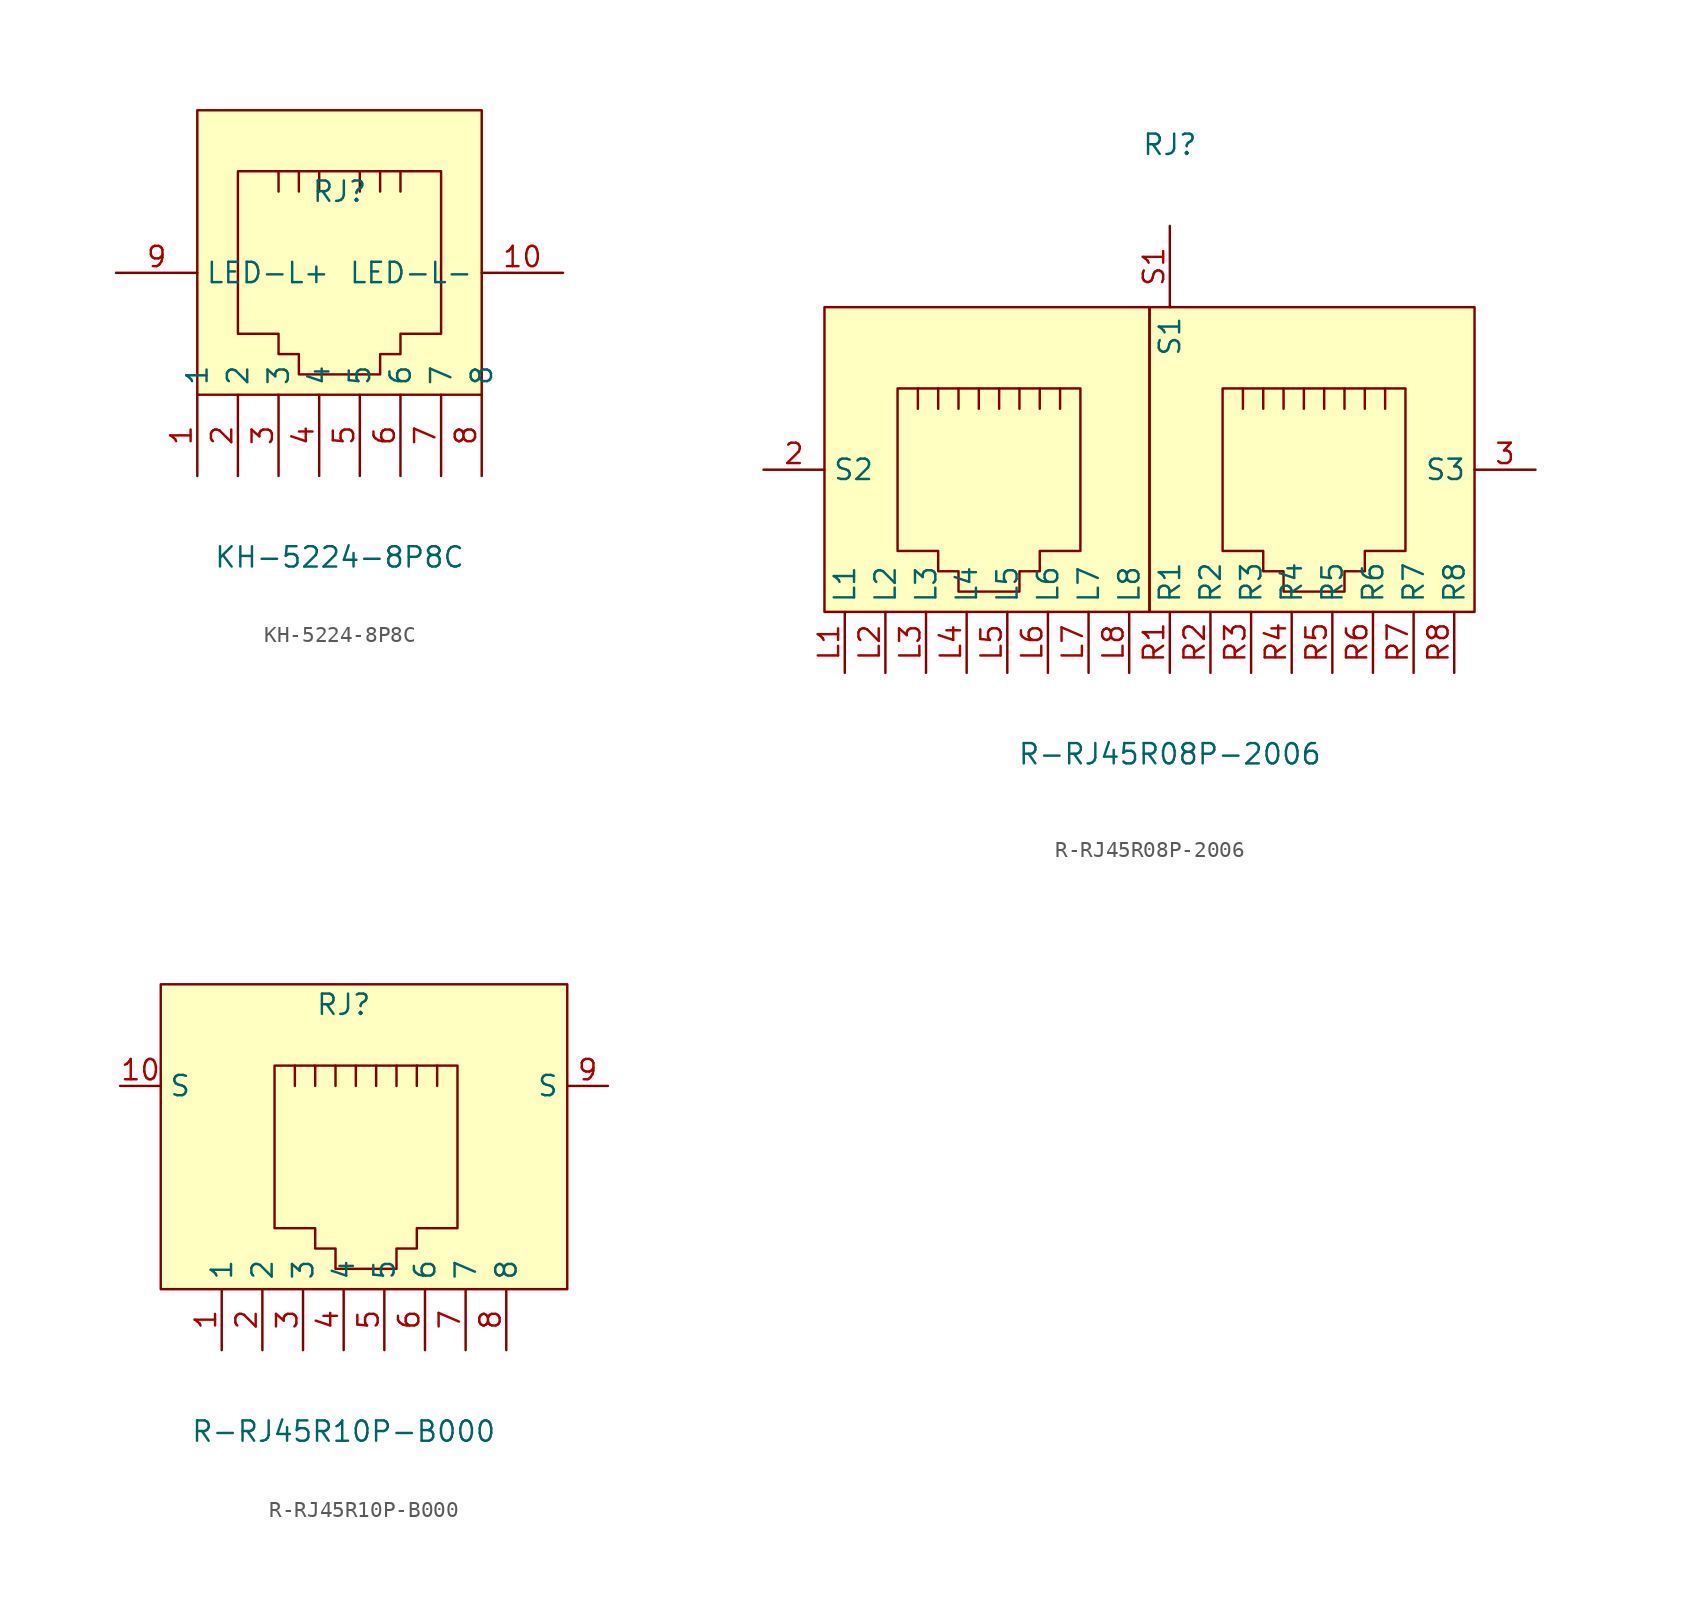
<source format=kicad_sym>
(kicad_symbol_lib
  (version 20231120)
  (generator "kicad_symbol_editor")
  (generator_version "8.0")
  (symbol "KH-5224-8P8C"
    (property "Reference" "RJ"
      (at 0 3.81 0)
      (effects (font (size 1.27 1.27))))
    (property "Value" "KH-5224-8P8C"
      (at 0 -19.05 0)
      (effects (font (size 1.27 1.27))))
    (symbol "KH-5224-8P8C_0_1"
      (rectangle (start -8.89 8.89) (end 8.89 -8.89) (stroke (width 0) (type default)) (fill (type background)))
      (polyline (pts (xy -3.81 5.08) (xy -3.81 3.81) (xy -3.81 3.81)) (stroke (width 0) (type default)) (fill (type none)))
      (polyline (pts (xy -2.54 5.08) (xy -2.54 3.81) (xy -2.54 3.81)) (stroke (width 0) (type default)) (fill (type none)))
      (polyline (pts (xy -1.27 5.08) (xy -1.27 3.81) (xy -1.27 3.81)) (stroke (width 0) (type default)) (fill (type none)))
      (polyline (pts (xy 1.27 5.08) (xy 1.27 3.81) (xy 1.27 3.81)) (stroke (width 0) (type default)) (fill (type none)))
      (polyline (pts (xy 2.54 5.08) (xy 2.54 3.81) (xy 2.54 3.81)) (stroke (width 0) (type default)) (fill (type none)))
      (polyline (pts (xy 3.81 5.08) (xy 3.81 3.81) (xy 3.81 3.81)) (stroke (width 0) (type default)) (fill (type none)))
      (polyline (pts (xy 6.35 5.08) (xy -6.35 5.08) (xy -6.35 -5.08) (xy -3.81 -5.08) (xy -3.81 -6.35) (xy -2.54 -6.35) (xy -2.54 -6.35) (xy -2.54 -7.62) (xy 2.54 -7.62) (xy 2.54 -6.35) (xy 3.81 -6.35) (xy 3.81 -5.08) (xy 6.35 -5.08) (xy 6.35 5.08) (xy 6.35 3.81)) (stroke (width 0) (type default)) (fill (type none)))
      (pin unspecified line (at -8.89 -13.97 90) (length 5.08) (name "1" (effects (font (size 1.27 1.27)))) (number "1" (effects (font (size 1.27 1.27)))))
      (pin unspecified line (at 13.97 -1.27 180) (length 5.08) (name "LED-L-" (effects (font (size 1.27 1.27)))) (number "10" (effects (font (size 1.27 1.27)))))
      (pin unspecified line (at -6.35 -13.97 90) (length 5.08) (name "2" (effects (font (size 1.27 1.27)))) (number "2" (effects (font (size 1.27 1.27)))))
      (pin unspecified line (at -3.81 -13.97 90) (length 5.08) (name "3" (effects (font (size 1.27 1.27)))) (number "3" (effects (font (size 1.27 1.27)))))
      (pin unspecified line (at -1.27 -13.97 90) (length 5.08) (name "4" (effects (font (size 1.27 1.27)))) (number "4" (effects (font (size 1.27 1.27)))))
      (pin unspecified line (at 1.27 -13.97 90) (length 5.08) (name "5" (effects (font (size 1.27 1.27)))) (number "5" (effects (font (size 1.27 1.27)))))
      (pin unspecified line (at 3.81 -13.97 90) (length 5.08) (name "6" (effects (font (size 1.27 1.27)))) (number "6" (effects (font (size 1.27 1.27)))))
      (pin unspecified line (at 6.35 -13.97 90) (length 5.08) (name "7" (effects (font (size 1.27 1.27)))) (number "7" (effects (font (size 1.27 1.27)))))
      (pin unspecified line (at 8.89 -13.97 90) (length 5.08) (name "8" (effects (font (size 1.27 1.27)))) (number "8" (effects (font (size 1.27 1.27)))))
      (pin unspecified line (at -13.97 -1.27 0) (length 5.08) (name "LED-L+" (effects (font (size 1.27 1.27)))) (number "9" (effects (font (size 1.27 1.27)))))))
  (symbol "R-RJ45R08P-2006"
    (property "Reference" "RJ"
      (at 0 20.32 0)
      (effects (font (size 1.27 1.27))))
    (property "Value" "R-RJ45R08P-2006"
      (at 0 -17.78 0)
      (effects (font (size 1.27 1.27))))
    (symbol "R-RJ45R08P-2006_0_1"
      (rectangle (start -1.27 10.16) (end 19.05 -8.89) (stroke (width 0) (type default) (color 0 0 0 0)) (fill (type background)))
      (rectangle (start -21.59 10.16) (end -1.27 -8.89) (stroke (width 0) (type default) (color 0 0 0 0)) (fill (type background)))
      (polyline (pts (xy 4.57 3.81) (xy 4.57 5.08) (xy 4.57 5.08)) (stroke (width 0) (type default) (color 0 0 0 0)) (fill (type none)))
      (polyline (pts (xy 5.84 5.08) (xy 5.84 3.81) (xy 5.84 3.81)) (stroke (width 0) (type default) (color 0 0 0 0)) (fill (type none)))
      (polyline (pts (xy 7.11 5.08) (xy 7.11 3.81) (xy 7.11 3.81)) (stroke (width 0) (type default) (color 0 0 0 0)) (fill (type none)))
      (polyline (pts (xy 8.38 5.08) (xy 8.38 3.81) (xy 8.38 3.81)) (stroke (width 0) (type default) (color 0 0 0 0)) (fill (type none)))
      (polyline (pts (xy 9.65 5.08) (xy 9.65 3.81) (xy 9.65 3.81)) (stroke (width 0) (type default) (color 0 0 0 0)) (fill (type none)))
      (polyline (pts (xy 10.92 5.08) (xy 10.92 3.81) (xy 10.92 3.81)) (stroke (width 0) (type default) (color 0 0 0 0)) (fill (type none)))
      (polyline (pts (xy 12.19 3.81) (xy 12.19 5.08) (xy 12.19 5.08)) (stroke (width 0) (type default) (color 0 0 0 0)) (fill (type none)))
      (polyline (pts (xy 13.46 3.81) (xy 13.46 5.08) (xy 13.46 5.08)) (stroke (width 0) (type default) (color 0 0 0 0)) (fill (type none)))
      (polyline (pts (xy 3.30 5.08) (xy 14.73 5.08) (xy 14.73 -5.08) (xy 12.19 -5.08) (xy 12.19 -6.35) (xy 10.92 -6.35) (xy 10.92 -7.62) (xy 7.11 -7.62) (xy 7.11 -6.35) (xy 5.84 -6.35) (xy 5.84 -5.08) (xy 3.30 -5.08) (xy 3.30 5.08) (xy 3.30 5.08)) (stroke (width 0) (type default) (color 0 0 0 0)) (fill (type background)))
      (polyline (pts (xy -15.75 3.81) (xy -15.75 5.08) (xy -15.75 5.08)) (stroke (width 0) (type default) (color 0 0 0 0)) (fill (type none)))
      (polyline (pts (xy -14.48 5.08) (xy -14.48 3.81) (xy -14.48 3.81)) (stroke (width 0) (type default) (color 0 0 0 0)) (fill (type none)))
      (polyline (pts (xy -13.21 5.08) (xy -13.21 3.81) (xy -13.21 3.81)) (stroke (width 0) (type default) (color 0 0 0 0)) (fill (type none)))
      (polyline (pts (xy -11.94 5.08) (xy -11.94 3.81) (xy -11.94 3.81)) (stroke (width 0) (type default) (color 0 0 0 0)) (fill (type none)))
      (polyline (pts (xy -10.67 5.08) (xy -10.67 3.81) (xy -10.67 3.81)) (stroke (width 0) (type default) (color 0 0 0 0)) (fill (type none)))
      (polyline (pts (xy -9.40 5.08) (xy -9.40 3.81) (xy -9.40 3.81)) (stroke (width 0) (type default) (color 0 0 0 0)) (fill (type none)))
      (polyline (pts (xy -8.13 3.81) (xy -8.13 5.08) (xy -8.13 5.08)) (stroke (width 0) (type default) (color 0 0 0 0)) (fill (type none)))
      (polyline (pts (xy -6.86 3.81) (xy -6.86 5.08) (xy -6.86 5.08)) (stroke (width 0) (type default) (color 0 0 0 0)) (fill (type none)))
      (polyline (pts (xy -17.02 5.08) (xy -5.59 5.08) (xy -5.59 -5.08) (xy -8.13 -5.08) (xy -8.13 -6.35) (xy -9.40 -6.35) (xy -9.40 -7.62) (xy -13.21 -7.62) (xy -13.21 -6.35) (xy -14.48 -6.35) (xy -14.48 -5.08) (xy -17.02 -5.08) (xy -17.02 5.08) (xy -17.02 5.08)) (stroke (width 0) (type default) (color 0 0 0 0)) (fill (type background)))
      (pin unspecified line (at 0.00 -12.70 90) (length 3.81) (name "R1" (effects (font (size 1.27 1.27)))) (number "R1" (effects (font (size 1.27 1.27)))))
      (pin unspecified line (at 2.54 -12.70 90) (length 3.81) (name "R2" (effects (font (size 1.27 1.27)))) (number "R2" (effects (font (size 1.27 1.27)))))
      (pin unspecified line (at 5.08 -12.70 90) (length 3.81) (name "R3" (effects (font (size 1.27 1.27)))) (number "R3" (effects (font (size 1.27 1.27)))))
      (pin unspecified line (at 7.62 -12.70 90) (length 3.81) (name "R4" (effects (font (size 1.27 1.27)))) (number "R4" (effects (font (size 1.27 1.27)))))
      (pin unspecified line (at 10.16 -12.70 90) (length 3.81) (name "R5" (effects (font (size 1.27 1.27)))) (number "R5" (effects (font (size 1.27 1.27)))))
      (pin unspecified line (at 12.70 -12.70 90) (length 3.81) (name "R6" (effects (font (size 1.27 1.27)))) (number "R6" (effects (font (size 1.27 1.27)))))
      (pin unspecified line (at 15.24 -12.70 90) (length 3.81) (name "R7" (effects (font (size 1.27 1.27)))) (number "R7" (effects (font (size 1.27 1.27)))))
      (pin unspecified line (at 17.78 -12.70 90) (length 3.81) (name "R8" (effects (font (size 1.27 1.27)))) (number "R8" (effects (font (size 1.27 1.27)))))
      (pin unspecified line (at -25.40 -0.00 0) (length 3.81) (name "S2" (effects (font (size 1.27 1.27)))) (number "2" (effects (font (size 1.27 1.27)))))
      (pin unspecified line (at 22.86 -0.00 180) (length 3.81) (name "S3" (effects (font (size 1.27 1.27)))) (number "3" (effects (font (size 1.27 1.27)))))
      (pin unspecified line (at -20.32 -12.70 90) (length 3.81) (name "L1" (effects (font (size 1.27 1.27)))) (number "L1" (effects (font (size 1.27 1.27)))))
      (pin unspecified line (at -17.78 -12.70 90) (length 3.81) (name "L2" (effects (font (size 1.27 1.27)))) (number "L2" (effects (font (size 1.27 1.27)))))
      (pin unspecified line (at -15.24 -12.70 90) (length 3.81) (name "L3" (effects (font (size 1.27 1.27)))) (number "L3" (effects (font (size 1.27 1.27)))))
      (pin unspecified line (at -12.70 -12.70 90) (length 3.81) (name "L4" (effects (font (size 1.27 1.27)))) (number "L4" (effects (font (size 1.27 1.27)))))
      (pin unspecified line (at -10.16 -12.70 90) (length 3.81) (name "L5" (effects (font (size 1.27 1.27)))) (number "L5" (effects (font (size 1.27 1.27)))))
      (pin unspecified line (at -7.62 -12.70 90) (length 3.81) (name "L6" (effects (font (size 1.27 1.27)))) (number "L6" (effects (font (size 1.27 1.27)))))
      (pin unspecified line (at -5.08 -12.70 90) (length 3.81) (name "L7" (effects (font (size 1.27 1.27)))) (number "L7" (effects (font (size 1.27 1.27)))))
      (pin unspecified line (at -2.54 -12.70 90) (length 3.81) (name "L8" (effects (font (size 1.27 1.27)))) (number "L8" (effects (font (size 1.27 1.27)))))
      (pin unspecified line (at 0.00 15.24 270) (length 5.08) (name "S1" (effects (font (size 1.27 1.27)))) (number "S1" (effects (font (size 1.27 1.27)))))))
  (symbol "R-RJ45R10P-B000"
    (property "Reference" "RJ"
      (at 0 8.89 0)
      (effects (font (size 1.27 1.27))))
    (property "Value" "R-RJ45R10P-B000"
      (at 0 -17.78 0)
      (effects (font (size 1.27 1.27))))
    (symbol "R-RJ45R10P-B000_0_1"
      (rectangle (start -11.43 10.16) (end 13.97 -8.89) (stroke (width 0) (type default)) (fill (type background)))
      (polyline (pts (xy -3.05 3.81) (xy -3.05 5.08) (xy -3.05 5.08)) (stroke (width 0) (type default)) (fill (type none)))
      (polyline (pts (xy -1.78 5.08) (xy -1.78 3.81) (xy -1.78 3.81)) (stroke (width 0) (type default)) (fill (type none)))
      (polyline (pts (xy -0.51 5.08) (xy -0.51 3.81) (xy -0.51 3.81)) (stroke (width 0) (type default)) (fill (type none)))
      (polyline (pts (xy 0.76 5.08) (xy 0.76 3.81) (xy 0.76 3.81)) (stroke (width 0) (type default)) (fill (type none)))
      (polyline (pts (xy 2.03 5.08) (xy 2.03 3.81) (xy 2.03 3.81)) (stroke (width 0) (type default)) (fill (type none)))
      (polyline (pts (xy 3.3 5.08) (xy 3.3 3.81) (xy 3.3 3.81)) (stroke (width 0) (type default)) (fill (type none)))
      (polyline (pts (xy 4.57 3.81) (xy 4.57 5.08) (xy 4.57 5.08)) (stroke (width 0) (type default)) (fill (type none)))
      (polyline (pts (xy 5.84 3.81) (xy 5.84 5.08) (xy 5.84 5.08)) (stroke (width 0) (type default)) (fill (type none)))
      (polyline (pts (xy -4.32 5.08) (xy 7.11 5.08) (xy 7.11 -5.08) (xy 4.57 -5.08) (xy 4.57 -6.35) (xy 3.3 -6.35) (xy 3.3 -7.62) (xy -0.51 -7.62) (xy -0.51 -6.35) (xy -1.78 -6.35) (xy -1.78 -5.08) (xy -4.32 -5.08) (xy -4.32 5.08) (xy -4.32 5.08)) (stroke (width 0) (type default)) (fill (type background)))
      (pin unspecified line (at -7.62 -12.7 90) (length 3.81) (name "1" (effects (font (size 1.27 1.27)))) (number "1" (effects (font (size 1.27 1.27)))))
      (pin unspecified line (at -13.97 3.81 0) (length 2.54) (name "S" (effects (font (size 1.27 1.27)))) (number "10" (effects (font (size 1.27 1.27)))))
      (pin unspecified line (at -5.08 -12.7 90) (length 3.81) (name "2" (effects (font (size 1.27 1.27)))) (number "2" (effects (font (size 1.27 1.27)))))
      (pin unspecified line (at -2.54 -12.7 90) (length 3.81) (name "3" (effects (font (size 1.27 1.27)))) (number "3" (effects (font (size 1.27 1.27)))))
      (pin unspecified line (at 0 -12.7 90) (length 3.81) (name "4" (effects (font (size 1.27 1.27)))) (number "4" (effects (font (size 1.27 1.27)))))
      (pin unspecified line (at 2.54 -12.7 90) (length 3.81) (name "5" (effects (font (size 1.27 1.27)))) (number "5" (effects (font (size 1.27 1.27)))))
      (pin unspecified line (at 5.08 -12.7 90) (length 3.81) (name "6" (effects (font (size 1.27 1.27)))) (number "6" (effects (font (size 1.27 1.27)))))
      (pin unspecified line (at 7.62 -12.7 90) (length 3.81) (name "7" (effects (font (size 1.27 1.27)))) (number "7" (effects (font (size 1.27 1.27)))))
      (pin unspecified line (at 10.16 -12.7 90) (length 3.81) (name "8" (effects (font (size 1.27 1.27)))) (number "8" (effects (font (size 1.27 1.27)))))
      (pin unspecified line (at 16.51 3.81 180) (length 2.54) (name "S" (effects (font (size 1.27 1.27)))) (number "9" (effects (font (size 1.27 1.27))))))))
</source>
